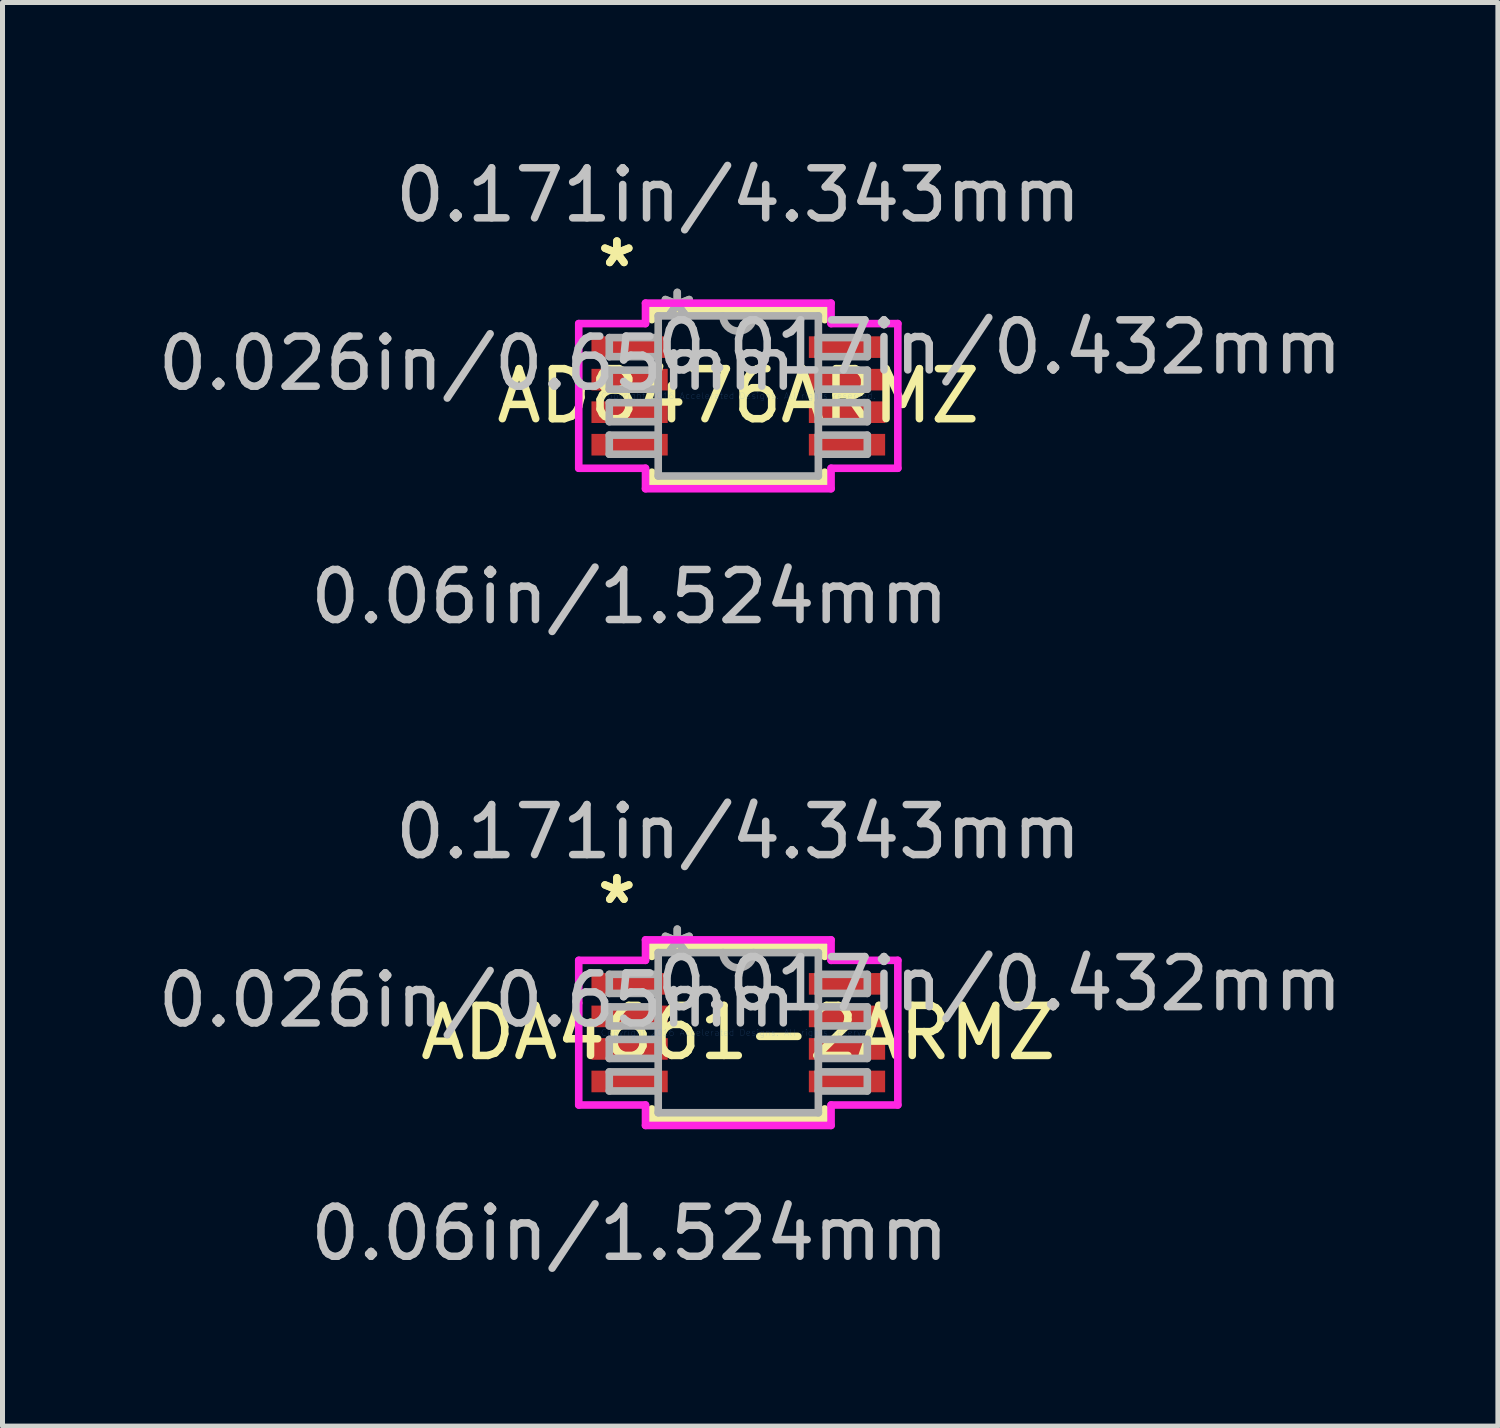
<source format=kicad_pcb>
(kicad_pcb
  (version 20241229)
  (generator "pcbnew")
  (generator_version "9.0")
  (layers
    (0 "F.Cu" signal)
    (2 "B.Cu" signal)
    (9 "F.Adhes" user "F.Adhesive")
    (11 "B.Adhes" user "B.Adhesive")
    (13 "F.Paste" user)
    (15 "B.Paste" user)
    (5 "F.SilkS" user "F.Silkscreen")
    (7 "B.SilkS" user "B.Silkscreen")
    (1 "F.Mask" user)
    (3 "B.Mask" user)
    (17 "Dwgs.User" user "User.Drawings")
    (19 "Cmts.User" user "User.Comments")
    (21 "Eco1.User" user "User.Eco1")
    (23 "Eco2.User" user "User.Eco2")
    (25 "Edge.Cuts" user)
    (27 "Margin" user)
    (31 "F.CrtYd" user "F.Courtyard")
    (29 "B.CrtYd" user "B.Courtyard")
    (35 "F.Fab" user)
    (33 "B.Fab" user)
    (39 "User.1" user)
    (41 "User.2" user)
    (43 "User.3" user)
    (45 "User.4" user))
  (footprint "ADA4661-2ARMZ"
    (layer "F.Cu")
    (at 11.702 17.584)
    (property "Reference" "ADA4661-2ARMZ" (at 0 0 0) (layer "F.SilkS") (effects (font (size 1 1) (thickness 0.15))))
    (attr through_hole)
    (fp_line (start -1.727 -1.727) (end -1.727 -1.524) (stroke (width 0.152) (type solid)) (layer "F.SilkS"))
    (fp_line (start -1.727 1.524) (end -1.727 1.727) (stroke (width 0.152) (type solid)) (layer "F.SilkS"))
    (fp_line (start -1.727 1.727) (end 1.727 1.727) (stroke (width 0.152) (type solid)) (layer "F.SilkS"))
    (fp_line (start 1.727 -1.727) (end -1.727 -1.727) (stroke (width 0.152) (type solid)) (layer "F.SilkS"))
    (fp_line (start 1.727 -1.524) (end 1.727 -1.727) (stroke (width 0.152) (type solid)) (layer "F.SilkS"))
    (fp_line (start 1.727 1.727) (end 1.727 1.524) (stroke (width 0.152) (type solid)) (layer "F.SilkS"))
    (fp_line (start -3.188 -1.445) (end -1.854 -1.445) (stroke (width 0.152) (type solid)) (layer "F.CrtYd"))
    (fp_line (start -3.188 1.445) (end -3.188 -1.445) (stroke (width 0.152) (type solid)) (layer "F.CrtYd"))
    (fp_line (start -1.854 -1.854) (end 1.854 -1.854) (stroke (width 0.152) (type solid)) (layer "F.CrtYd"))
    (fp_line (start -1.854 -1.445) (end -1.854 -1.854) (stroke (width 0.152) (type solid)) (layer "F.CrtYd"))
    (fp_line (start -1.854 1.445) (end -3.188 1.445) (stroke (width 0.152) (type solid)) (layer "F.CrtYd"))
    (fp_line (start -1.854 1.854) (end -1.854 1.445) (stroke (width 0.152) (type solid)) (layer "F.CrtYd"))
    (fp_line (start 1.854 -1.854) (end 1.854 -1.445) (stroke (width 0.152) (type solid)) (layer "F.CrtYd"))
    (fp_line (start 1.854 -1.445) (end 3.188 -1.445) (stroke (width 0.152) (type solid)) (layer "F.CrtYd"))
    (fp_line (start 1.854 1.445) (end 1.854 1.854) (stroke (width 0.152) (type solid)) (layer "F.CrtYd"))
    (fp_line (start 1.854 1.854) (end -1.854 1.854) (stroke (width 0.152) (type solid)) (layer "F.CrtYd"))
    (fp_line (start 3.188 -1.445) (end 3.188 1.445) (stroke (width 0.152) (type solid)) (layer "F.CrtYd"))
    (fp_line (start 3.188 1.445) (end 1.854 1.445) (stroke (width 0.152) (type solid)) (layer "F.CrtYd"))
    (fp_line (start -2.578 -1.165) (end -2.578 -0.784) (stroke (width 0.152) (type solid)) (layer "F.Fab"))
    (fp_line (start -2.578 -0.784) (end -1.6 -0.784) (stroke (width 0.152) (type solid)) (layer "F.Fab"))
    (fp_line (start -2.578 -0.515) (end -2.578 -0.135) (stroke (width 0.152) (type solid)) (layer "F.Fab"))
    (fp_line (start -2.578 -0.135) (end -1.6 -0.135) (stroke (width 0.152) (type solid)) (layer "F.Fab"))
    (fp_line (start -2.578 0.135) (end -2.578 0.515) (stroke (width 0.152) (type solid)) (layer "F.Fab"))
    (fp_line (start -2.578 0.515) (end -1.6 0.515) (stroke (width 0.152) (type solid)) (layer "F.Fab"))
    (fp_line (start -2.578 0.784) (end -2.578 1.165) (stroke (width 0.152) (type solid)) (layer "F.Fab"))
    (fp_line (start -2.578 1.165) (end -1.6 1.165) (stroke (width 0.152) (type solid)) (layer "F.Fab"))
    (fp_line (start -1.6 -1.6) (end -1.6 1.6) (stroke (width 0.152) (type solid)) (layer "F.Fab"))
    (fp_line (start -1.6 -1.165) (end -2.578 -1.165) (stroke (width 0.152) (type solid)) (layer "F.Fab"))
    (fp_line (start -1.6 -0.784) (end -1.6 -1.165) (stroke (width 0.152) (type solid)) (layer "F.Fab"))
    (fp_line (start -1.6 -0.515) (end -2.578 -0.515) (stroke (width 0.152) (type solid)) (layer "F.Fab"))
    (fp_line (start -1.6 -0.135) (end -1.6 -0.515) (stroke (width 0.152) (type solid)) (layer "F.Fab"))
    (fp_line (start -1.6 0.135) (end -2.578 0.135) (stroke (width 0.152) (type solid)) (layer "F.Fab"))
    (fp_line (start -1.6 0.515) (end -1.6 0.135) (stroke (width 0.152) (type solid)) (layer "F.Fab"))
    (fp_line (start -1.6 0.784) (end -2.578 0.784) (stroke (width 0.152) (type solid)) (layer "F.Fab"))
    (fp_line (start -1.6 1.165) (end -1.6 0.784) (stroke (width 0.152) (type solid)) (layer "F.Fab"))
    (fp_line (start -1.6 1.6) (end 1.6 1.6) (stroke (width 0.152) (type solid)) (layer "F.Fab"))
    (fp_line (start 1.6 -1.6) (end -1.6 -1.6) (stroke (width 0.152) (type solid)) (layer "F.Fab"))
    (fp_line (start 1.6 -1.165) (end 1.6 -0.784) (stroke (width 0.152) (type solid)) (layer "F.Fab"))
    (fp_line (start 1.6 -0.784) (end 2.578 -0.784) (stroke (width 0.152) (type solid)) (layer "F.Fab"))
    (fp_line (start 1.6 -0.515) (end 1.6 -0.135) (stroke (width 0.152) (type solid)) (layer "F.Fab"))
    (fp_line (start 1.6 -0.135) (end 2.578 -0.135) (stroke (width 0.152) (type solid)) (layer "F.Fab"))
    (fp_line (start 1.6 0.135) (end 1.6 0.515) (stroke (width 0.152) (type solid)) (layer "F.Fab"))
    (fp_line (start 1.6 0.515) (end 2.578 0.515) (stroke (width 0.152) (type solid)) (layer "F.Fab"))
    (fp_line (start 1.6 0.784) (end 1.6 1.165) (stroke (width 0.152) (type solid)) (layer "F.Fab"))
    (fp_line (start 1.6 1.165) (end 2.578 1.165) (stroke (width 0.152) (type solid)) (layer "F.Fab"))
    (fp_line (start 1.6 1.6) (end 1.6 -1.6) (stroke (width 0.152) (type solid)) (layer "F.Fab"))
    (fp_line (start 2.578 -1.165) (end 1.6 -1.165) (stroke (width 0.152) (type solid)) (layer "F.Fab"))
    (fp_line (start 2.578 -0.784) (end 2.578 -1.165) (stroke (width 0.152) (type solid)) (layer "F.Fab"))
    (fp_line (start 2.578 -0.515) (end 1.6 -0.515) (stroke (width 0.152) (type solid)) (layer "F.Fab"))
    (fp_line (start 2.578 -0.135) (end 2.578 -0.515) (stroke (width 0.152) (type solid)) (layer "F.Fab"))
    (fp_line (start 2.578 0.135) (end 1.6 0.135) (stroke (width 0.152) (type solid)) (layer "F.Fab"))
    (fp_line (start 2.578 0.515) (end 2.578 0.135) (stroke (width 0.152) (type solid)) (layer "F.Fab"))
    (fp_line (start 2.578 0.784) (end 1.6 0.784) (stroke (width 0.152) (type solid)) (layer "F.Fab"))
    (fp_line (start 2.578 1.165) (end 2.578 0.784) (stroke (width 0.152) (type solid)) (layer "F.Fab"))
    (fp_arc (start 0.3048 -1.6002) (mid 0 -1.2954) (end -0.3048 -1.6002) (stroke (width 0.1524) (type solid)) (layer "F.Fab"))
    (fp_text user "*" (at -2.426 -2.55 0) (layer "F.SilkS") (effects (font (size 1 1) (thickness 0.15))))
    (fp_text user "*" (at -2.426 -2.55 0) (layer "F.SilkS") (effects (font (size 1 1) (thickness 0.15))))
    (fp_text user "0.06in/1.524mm" (at -2.172 4.013 0) (layer "Dwgs.User") (effects (font (size 1 1) (thickness 0.15))))
    (fp_text user "0.026in/0.65mm" (at -5.22 -0.65 0) (layer "Dwgs.User") (effects (font (size 1 1) (thickness 0.15))))
    (fp_text user "0.171in/4.343mm" (at 0 -4.013 0) (layer "Dwgs.User") (effects (font (size 1 1) (thickness 0.15))))
    (fp_text user "0.017in/0.432mm" (at 5.22 -0.975 0) (layer "Dwgs.User") (effects (font (size 1 1) (thickness 0.15))))
    (fp_text user "Copyright 2016 Accelerated Designs. All rights reserved." (at 0 0 0) (layer "Cmts.User") (effects (font (size 0.127 0.127) (thickness 0.002))))
    (fp_text user "*" (at -1.219 -1.524 0) (layer "F.Fab") (effects (font (size 1 1) (thickness 0.15))))
    (fp_text user "*" (at -1.219 -1.524 0) (layer "F.Fab") (effects (font (size 1 1) (thickness 0.15))))
    (pad "1" smd rect (at -2.172 -0.975) (size 1.524 0.432) (layers "F.Cu" "F.Mask" "F.Paste"))
    (pad "2" smd rect (at -2.172 -0.325) (size 1.524 0.432) (layers "F.Cu" "F.Mask" "F.Paste"))
    (pad "3" smd rect (at -2.172 0.325) (size 1.524 0.432) (layers "F.Cu" "F.Mask" "F.Paste"))
    (pad "4" smd rect (at -2.172 0.975) (size 1.524 0.432) (layers "F.Cu" "F.Mask" "F.Paste"))
    (pad "5" smd rect (at 2.172 0.975) (size 1.524 0.432) (layers "F.Cu" "F.Mask" "F.Paste"))
    (pad "6" smd rect (at 2.172 0.325) (size 1.524 0.432) (layers "F.Cu" "F.Mask" "F.Paste"))
    (pad "7" smd rect (at 2.172 -0.325) (size 1.524 0.432) (layers "F.Cu" "F.Mask" "F.Paste"))
    (pad "8" smd rect (at 2.172 -0.975) (size 1.524 0.432) (layers "F.Cu" "F.Mask" "F.Paste")))
  (footprint "AD8476ARMZ"
    (layer "F.Cu")
    (at 11.702 4.861)
    (property "Reference" "AD8476ARMZ" (at 0 0 0) (layer "F.SilkS") (effects (font (size 1 1) (thickness 0.15))))
    (attr through_hole)
    (fp_line (start -1.727 -1.727) (end -1.727 -1.524) (stroke (width 0.152) (type solid)) (layer "F.SilkS"))
    (fp_line (start -1.727 1.524) (end -1.727 1.727) (stroke (width 0.152) (type solid)) (layer "F.SilkS"))
    (fp_line (start -1.727 1.727) (end 1.727 1.727) (stroke (width 0.152) (type solid)) (layer "F.SilkS"))
    (fp_line (start 1.727 -1.727) (end -1.727 -1.727) (stroke (width 0.152) (type solid)) (layer "F.SilkS"))
    (fp_line (start 1.727 -1.524) (end 1.727 -1.727) (stroke (width 0.152) (type solid)) (layer "F.SilkS"))
    (fp_line (start 1.727 1.727) (end 1.727 1.524) (stroke (width 0.152) (type solid)) (layer "F.SilkS"))
    (fp_line (start -3.188 -1.445) (end -1.854 -1.445) (stroke (width 0.152) (type solid)) (layer "F.CrtYd"))
    (fp_line (start -3.188 1.445) (end -3.188 -1.445) (stroke (width 0.152) (type solid)) (layer "F.CrtYd"))
    (fp_line (start -1.854 -1.854) (end 1.854 -1.854) (stroke (width 0.152) (type solid)) (layer "F.CrtYd"))
    (fp_line (start -1.854 -1.445) (end -1.854 -1.854) (stroke (width 0.152) (type solid)) (layer "F.CrtYd"))
    (fp_line (start -1.854 1.445) (end -3.188 1.445) (stroke (width 0.152) (type solid)) (layer "F.CrtYd"))
    (fp_line (start -1.854 1.854) (end -1.854 1.445) (stroke (width 0.152) (type solid)) (layer "F.CrtYd"))
    (fp_line (start 1.854 -1.854) (end 1.854 -1.445) (stroke (width 0.152) (type solid)) (layer "F.CrtYd"))
    (fp_line (start 1.854 -1.445) (end 3.188 -1.445) (stroke (width 0.152) (type solid)) (layer "F.CrtYd"))
    (fp_line (start 1.854 1.445) (end 1.854 1.854) (stroke (width 0.152) (type solid)) (layer "F.CrtYd"))
    (fp_line (start 1.854 1.854) (end -1.854 1.854) (stroke (width 0.152) (type solid)) (layer "F.CrtYd"))
    (fp_line (start 3.188 -1.445) (end 3.188 1.445) (stroke (width 0.152) (type solid)) (layer "F.CrtYd"))
    (fp_line (start 3.188 1.445) (end 1.854 1.445) (stroke (width 0.152) (type solid)) (layer "F.CrtYd"))
    (fp_line (start -2.578 -1.165) (end -2.578 -0.784) (stroke (width 0.152) (type solid)) (layer "F.Fab"))
    (fp_line (start -2.578 -0.784) (end -1.6 -0.784) (stroke (width 0.152) (type solid)) (layer "F.Fab"))
    (fp_line (start -2.578 -0.515) (end -2.578 -0.135) (stroke (width 0.152) (type solid)) (layer "F.Fab"))
    (fp_line (start -2.578 -0.135) (end -1.6 -0.135) (stroke (width 0.152) (type solid)) (layer "F.Fab"))
    (fp_line (start -2.578 0.135) (end -2.578 0.515) (stroke (width 0.152) (type solid)) (layer "F.Fab"))
    (fp_line (start -2.578 0.515) (end -1.6 0.515) (stroke (width 0.152) (type solid)) (layer "F.Fab"))
    (fp_line (start -2.578 0.784) (end -2.578 1.165) (stroke (width 0.152) (type solid)) (layer "F.Fab"))
    (fp_line (start -2.578 1.165) (end -1.6 1.165) (stroke (width 0.152) (type solid)) (layer "F.Fab"))
    (fp_line (start -1.6 -1.6) (end -1.6 1.6) (stroke (width 0.152) (type solid)) (layer "F.Fab"))
    (fp_line (start -1.6 -1.165) (end -2.578 -1.165) (stroke (width 0.152) (type solid)) (layer "F.Fab"))
    (fp_line (start -1.6 -0.784) (end -1.6 -1.165) (stroke (width 0.152) (type solid)) (layer "F.Fab"))
    (fp_line (start -1.6 -0.515) (end -2.578 -0.515) (stroke (width 0.152) (type solid)) (layer "F.Fab"))
    (fp_line (start -1.6 -0.135) (end -1.6 -0.515) (stroke (width 0.152) (type solid)) (layer "F.Fab"))
    (fp_line (start -1.6 0.135) (end -2.578 0.135) (stroke (width 0.152) (type solid)) (layer "F.Fab"))
    (fp_line (start -1.6 0.515) (end -1.6 0.135) (stroke (width 0.152) (type solid)) (layer "F.Fab"))
    (fp_line (start -1.6 0.784) (end -2.578 0.784) (stroke (width 0.152) (type solid)) (layer "F.Fab"))
    (fp_line (start -1.6 1.165) (end -1.6 0.784) (stroke (width 0.152) (type solid)) (layer "F.Fab"))
    (fp_line (start -1.6 1.6) (end 1.6 1.6) (stroke (width 0.152) (type solid)) (layer "F.Fab"))
    (fp_line (start 1.6 -1.6) (end -1.6 -1.6) (stroke (width 0.152) (type solid)) (layer "F.Fab"))
    (fp_line (start 1.6 -1.165) (end 1.6 -0.784) (stroke (width 0.152) (type solid)) (layer "F.Fab"))
    (fp_line (start 1.6 -0.784) (end 2.578 -0.784) (stroke (width 0.152) (type solid)) (layer "F.Fab"))
    (fp_line (start 1.6 -0.515) (end 1.6 -0.135) (stroke (width 0.152) (type solid)) (layer "F.Fab"))
    (fp_line (start 1.6 -0.135) (end 2.578 -0.135) (stroke (width 0.152) (type solid)) (layer "F.Fab"))
    (fp_line (start 1.6 0.135) (end 1.6 0.515) (stroke (width 0.152) (type solid)) (layer "F.Fab"))
    (fp_line (start 1.6 0.515) (end 2.578 0.515) (stroke (width 0.152) (type solid)) (layer "F.Fab"))
    (fp_line (start 1.6 0.784) (end 1.6 1.165) (stroke (width 0.152) (type solid)) (layer "F.Fab"))
    (fp_line (start 1.6 1.165) (end 2.578 1.165) (stroke (width 0.152) (type solid)) (layer "F.Fab"))
    (fp_line (start 1.6 1.6) (end 1.6 -1.6) (stroke (width 0.152) (type solid)) (layer "F.Fab"))
    (fp_line (start 2.578 -1.165) (end 1.6 -1.165) (stroke (width 0.152) (type solid)) (layer "F.Fab"))
    (fp_line (start 2.578 -0.784) (end 2.578 -1.165) (stroke (width 0.152) (type solid)) (layer "F.Fab"))
    (fp_line (start 2.578 -0.515) (end 1.6 -0.515) (stroke (width 0.152) (type solid)) (layer "F.Fab"))
    (fp_line (start 2.578 -0.135) (end 2.578 -0.515) (stroke (width 0.152) (type solid)) (layer "F.Fab"))
    (fp_line (start 2.578 0.135) (end 1.6 0.135) (stroke (width 0.152) (type solid)) (layer "F.Fab"))
    (fp_line (start 2.578 0.515) (end 2.578 0.135) (stroke (width 0.152) (type solid)) (layer "F.Fab"))
    (fp_line (start 2.578 0.784) (end 1.6 0.784) (stroke (width 0.152) (type solid)) (layer "F.Fab"))
    (fp_line (start 2.578 1.165) (end 2.578 0.784) (stroke (width 0.152) (type solid)) (layer "F.Fab"))
    (fp_arc (start 0.3048 -1.6002) (mid 0 -1.2954) (end -0.3048 -1.6002) (stroke (width 0.1524) (type solid)) (layer "F.Fab"))
    (fp_text user "*" (at -2.426 -2.55 0) (layer "F.SilkS") (effects (font (size 1 1) (thickness 0.15))))
    (fp_text user "*" (at -2.426 -2.55 0) (layer "F.SilkS") (effects (font (size 1 1) (thickness 0.15))))
    (fp_text user "0.026in/0.65mm" (at -5.22 -0.65 0) (layer "Dwgs.User") (effects (font (size 1 1) (thickness 0.15))))
    (fp_text user "0.171in/4.343mm" (at 0 -4.013 0) (layer "Dwgs.User") (effects (font (size 1 1) (thickness 0.15))))
    (fp_text user "0.06in/1.524mm" (at -2.172 4.013 0) (layer "Dwgs.User") (effects (font (size 1 1) (thickness 0.15))))
    (fp_text user "0.017in/0.432mm" (at 5.22 -0.975 0) (layer "Dwgs.User") (effects (font (size 1 1) (thickness 0.15))))
    (fp_text user "Copyright 2016 Accelerated Designs. All rights reserved." (at 0 0 0) (layer "Cmts.User") (effects (font (size 0.127 0.127) (thickness 0.002))))
    (fp_text user "*" (at -1.219 -1.524 0) (layer "F.Fab") (effects (font (size 1 1) (thickness 0.15))))
    (fp_text user "*" (at -1.219 -1.524 0) (layer "F.Fab") (effects (font (size 1 1) (thickness 0.15))))
    (pad "1" smd rect (at -2.172 -0.975) (size 1.524 0.432) (layers "F.Cu" "F.Mask" "F.Paste"))
    (pad "2" smd rect (at -2.172 -0.325) (size 1.524 0.432) (layers "F.Cu" "F.Mask" "F.Paste"))
    (pad "3" smd rect (at -2.172 0.325) (size 1.524 0.432) (layers "F.Cu" "F.Mask" "F.Paste"))
    (pad "4" smd rect (at -2.172 0.975) (size 1.524 0.432) (layers "F.Cu" "F.Mask" "F.Paste"))
    (pad "5" smd rect (at 2.172 0.975) (size 1.524 0.432) (layers "F.Cu" "F.Mask" "F.Paste"))
    (pad "6" smd rect (at 2.172 0.325) (size 1.524 0.432) (layers "F.Cu" "F.Mask" "F.Paste"))
    (pad "7" smd rect (at 2.172 -0.325) (size 1.524 0.432) (layers "F.Cu" "F.Mask" "F.Paste"))
    (pad "8" smd rect (at 2.172 -0.975) (size 1.524 0.432) (layers "F.Cu" "F.Mask" "F.Paste")))
  (gr_rect
    (start -3 -3)
    (end 26.88 25.446)
    (stroke (width 0.1) (type default))
    (fill no)
    (layer "Edge.Cuts")))
</source>
